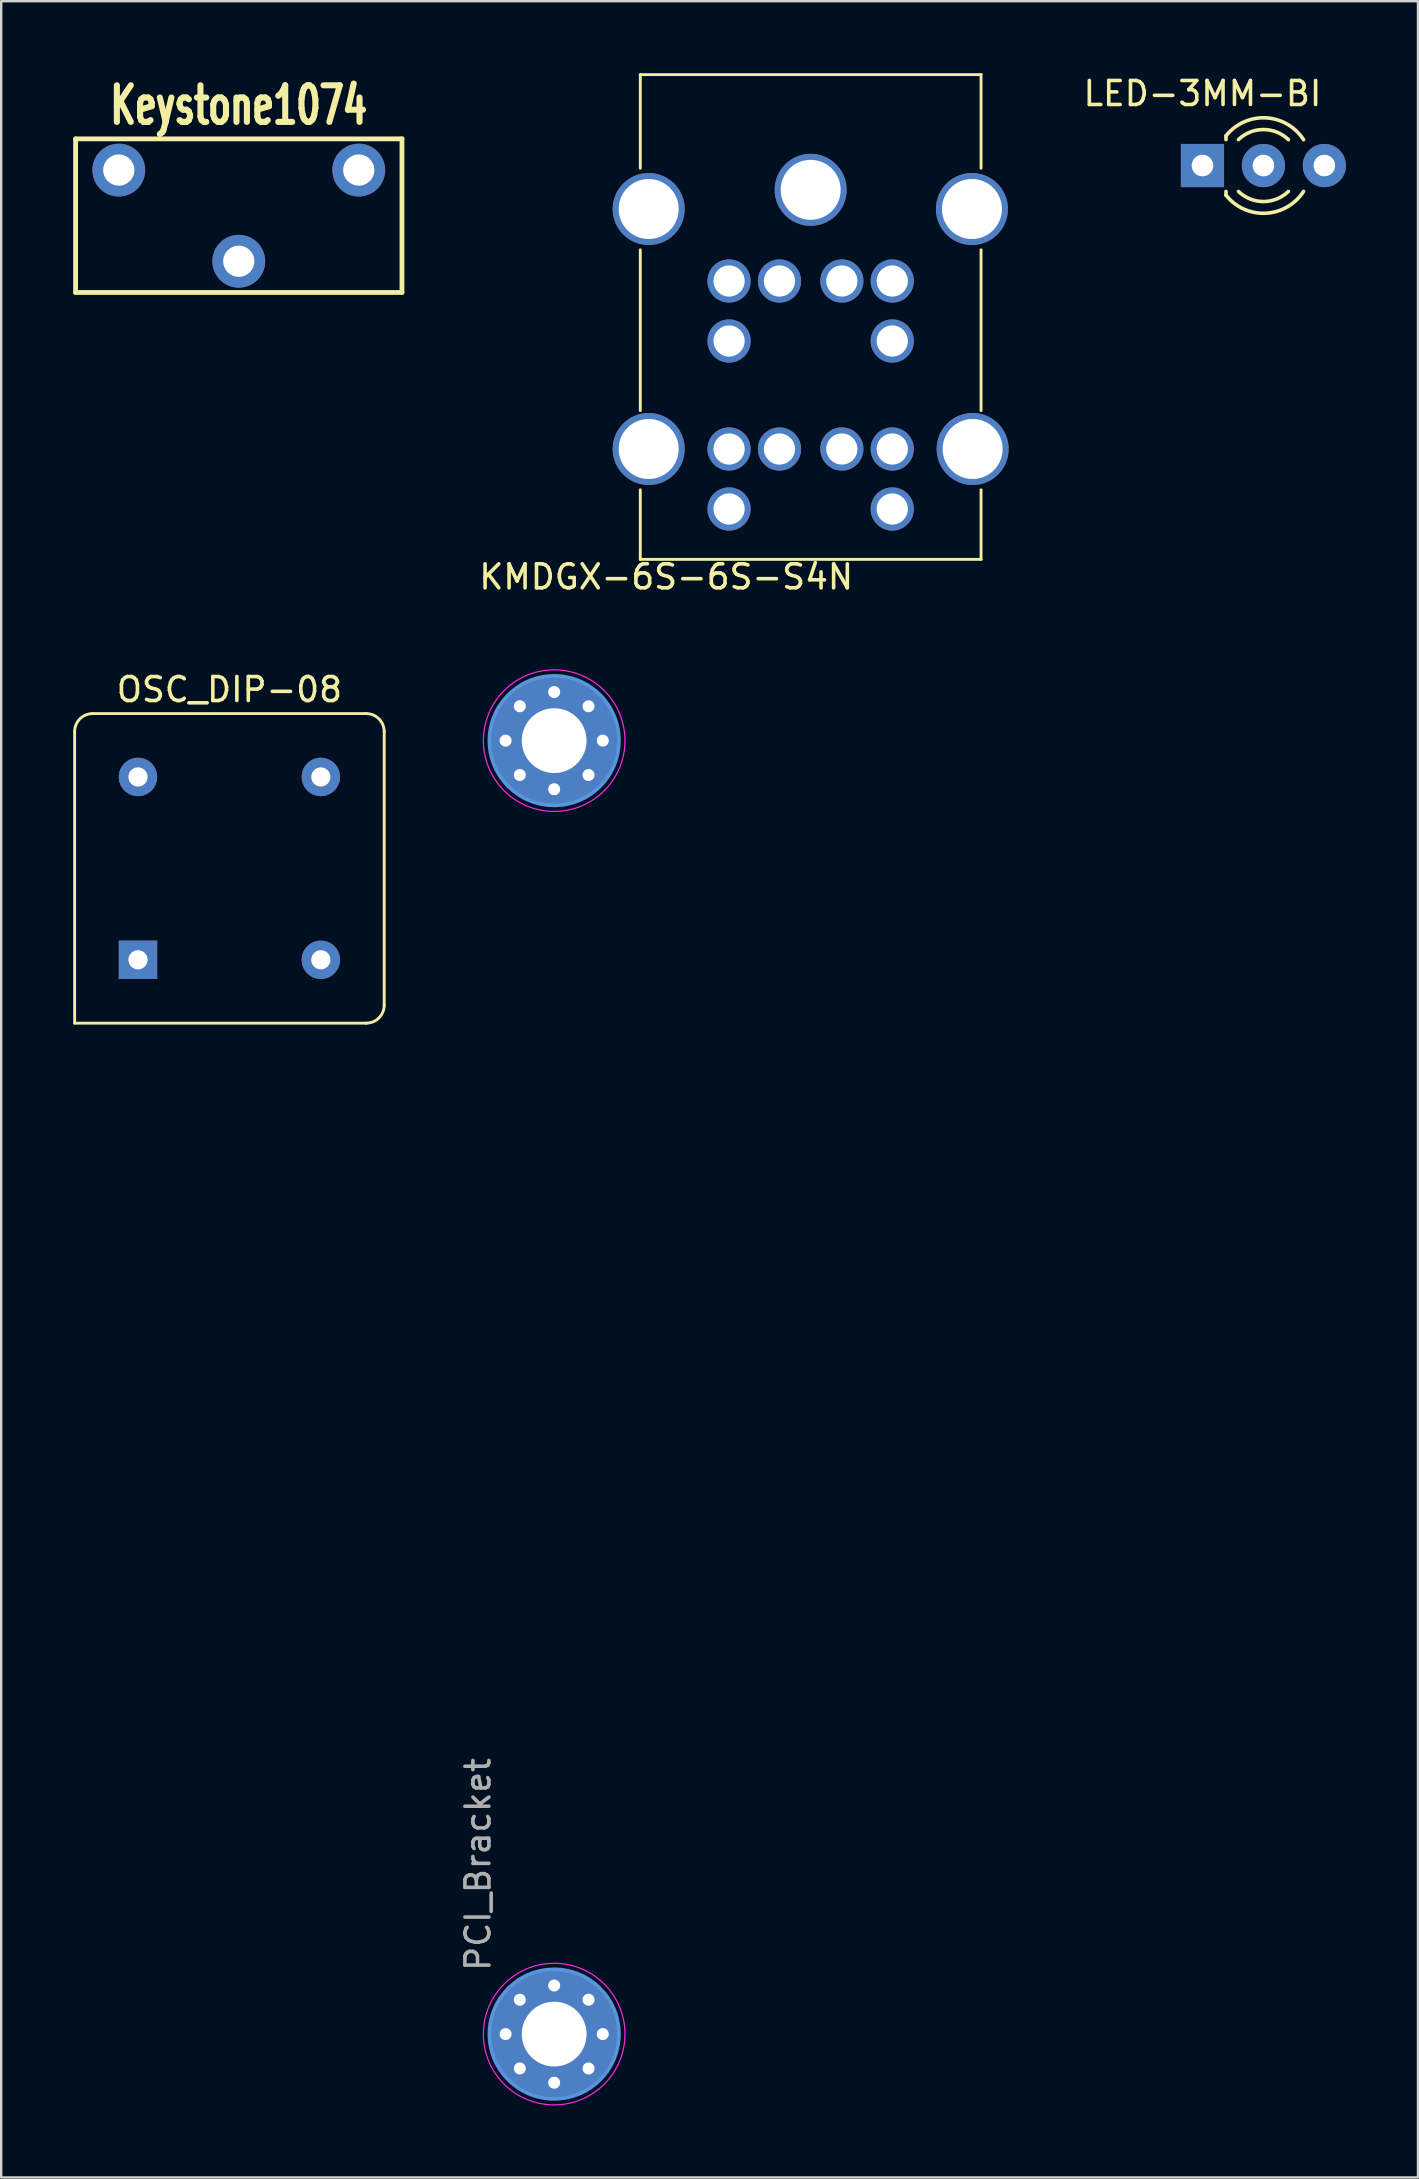
<source format=kicad_pcb>
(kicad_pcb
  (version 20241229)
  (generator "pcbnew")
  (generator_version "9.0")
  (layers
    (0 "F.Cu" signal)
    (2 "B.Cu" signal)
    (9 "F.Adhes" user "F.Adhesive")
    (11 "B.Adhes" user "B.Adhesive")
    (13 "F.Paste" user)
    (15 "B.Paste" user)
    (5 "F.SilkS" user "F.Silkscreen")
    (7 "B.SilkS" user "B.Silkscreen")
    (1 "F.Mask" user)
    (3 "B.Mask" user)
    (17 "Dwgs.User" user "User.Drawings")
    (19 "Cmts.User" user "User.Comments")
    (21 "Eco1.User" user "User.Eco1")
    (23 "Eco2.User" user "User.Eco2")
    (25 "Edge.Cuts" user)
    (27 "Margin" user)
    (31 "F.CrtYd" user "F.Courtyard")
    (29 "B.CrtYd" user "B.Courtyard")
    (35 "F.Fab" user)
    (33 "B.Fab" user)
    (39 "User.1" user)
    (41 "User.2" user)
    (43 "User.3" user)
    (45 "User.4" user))
  (footprint "KMDGX-6S-6S-S4N"
    (layer "F.Cu")
    (at 30.731 11.16)
    (property "Reference" "KMDGX-6S-6S-S4N" (at -6.02 9.83 180) (layer "F.SilkS") (effects (font (size 1 1) (thickness 0.15))))
    (attr through_hole)
    (fp_line (start -7.1 -11.1) (end -7.1 -7.2) (stroke (width 0.12) (type solid)) (layer "F.SilkS"))
    (fp_line (start -7.1 -11.1) (end 7.1 -11.1) (stroke (width 0.12) (type solid)) (layer "F.SilkS"))
    (fp_line (start -7.1 -3.8) (end -7.1 2.9) (stroke (width 0.12) (type solid)) (layer "F.SilkS"))
    (fp_line (start -7.1 6.2) (end -7.1 9.1) (stroke (width 0.12) (type solid)) (layer "F.SilkS"))
    (fp_line (start -7.1 9.1) (end 7.1 9.1) (stroke (width 0.12) (type solid)) (layer "F.SilkS"))
    (fp_line (start 7.1 -11.1) (end 7.1 -7.2) (stroke (width 0.12) (type solid)) (layer "F.SilkS"))
    (fp_line (start 7.1 -3.8) (end 7.1 2.9) (stroke (width 0.12) (type solid)) (layer "F.SilkS"))
    (fp_line (start 7.1 6.2) (end 7.1 9.1) (stroke (width 0.12) (type solid)) (layer "F.SilkS"))
    (pad "A1" thru_hole circle (at 1.3 -2.5) (size 1.8 1.8) (drill 1.3) (layers "*.Cu" "*.Mask"))
    (pad "A2" thru_hole circle (at -1.3 -2.5) (size 1.8 1.8) (drill 1.3) (layers "*.Cu" "*.Mask"))
    (pad "A3" thru_hole circle (at 3.4 -2.5) (size 1.8 1.8) (drill 1.3) (layers "*.Cu" "*.Mask"))
    (pad "A5" thru_hole circle (at -3.4 -2.5) (size 1.8 1.8) (drill 1.3) (layers "*.Cu" "*.Mask"))
    (pad "A6" thru_hole circle (at 3.4 0) (size 1.8 1.8) (drill 1.3) (layers "*.Cu" "*.Mask"))
    (pad "A8" thru_hole circle (at -3.4 0) (size 1.8 1.8) (drill 1.3) (layers "*.Cu" "*.Mask"))
    (pad "B1" thru_hole circle (at 1.3 4.5) (size 1.8 1.8) (drill 1.3) (layers "*.Cu" "*.Mask"))
    (pad "B2" thru_hole circle (at -1.3 4.5) (size 1.8 1.8) (drill 1.3) (layers "*.Cu" "*.Mask"))
    (pad "B3" thru_hole circle (at 3.4 4.5) (size 1.8 1.8) (drill 1.3) (layers "*.Cu" "*.Mask"))
    (pad "B5" thru_hole circle (at -3.4 4.5) (size 1.8 1.8) (drill 1.3) (layers "*.Cu" "*.Mask"))
    (pad "B6" thru_hole circle (at 3.4 7) (size 1.8 1.8) (drill 1.3) (layers "*.Cu" "*.Mask"))
    (pad "B8" thru_hole circle (at -3.4 7) (size 1.8 1.8) (drill 1.3) (layers "*.Cu" "*.Mask"))
    (pad "SH1" thru_hole circle (at -6.75 -5.5) (size 3 3) (drill 2.5) (layers "*.Cu" "*.Mask"))
    (pad "SH1" thru_hole circle (at -6.75 4.5) (size 3 3) (drill 2.5) (layers "*.Cu" "*.Mask"))
    (pad "SH1" thru_hole circle (at 0 -6.3) (size 3 3) (drill 2.5) (layers "*.Cu" "*.Mask"))
    (pad "SH1" thru_hole circle (at 6.72 -5.5) (size 3 3) (drill 2.5) (layers "*.Cu" "*.Mask"))
    (pad "SH1" thru_hole circle (at 6.75 4.5) (size 3 3) (drill 2.5) (layers "*.Cu" "*.Mask")))
  (footprint "PCI_Bracket"
    (layer "F.Cu")
    (at 20.043 81.713)
    (property "Reference" "PCI_Bracket" (at -3.175 -2.54 90) (layer "F.Fab") (effects (font (size 1 1) (thickness 0.15)) (justify left)))
    (attr exclude_from_pos_files exclude_from_bom)
    (fp_circle (center 0 -53.9) (end 2.7 -53.9) (stroke (width 0.15) (type solid)) (fill no) (layer "Cmts.User"))
    (fp_circle (center 0 0) (end 2.7 0) (stroke (width 0.15) (type solid)) (fill no) (layer "Cmts.User"))
    (fp_circle (center 0 -53.9) (end 2.95 -53.9) (stroke (width 0.05) (type solid)) (fill no) (layer "F.CrtYd"))
    (fp_circle (center 0 0) (end 2.95 0) (stroke (width 0.05) (type solid)) (fill no) (layer "F.CrtYd"))
    (pad "1" thru_hole circle (at -2.025 0) (size 0.8 0.8) (drill 0.5) (layers "*.Cu" "*.Mask"))
    (pad "1" thru_hole circle (at -1.432 -1.432) (size 0.8 0.8) (drill 0.5) (layers "*.Cu" "*.Mask"))
    (pad "1" thru_hole circle (at -1.432 1.432) (size 0.8 0.8) (drill 0.5) (layers "*.Cu" "*.Mask"))
    (pad "1" thru_hole circle (at 0 -2.025) (size 0.8 0.8) (drill 0.5) (layers "*.Cu" "*.Mask"))
    (pad "1" thru_hole circle (at 0 0) (size 5.4 5.4) (drill 2.7) (layers "*.Cu" "*.Mask"))
    (pad "1" thru_hole circle (at 0 2.025) (size 0.8 0.8) (drill 0.5) (layers "*.Cu" "*.Mask"))
    (pad "1" thru_hole circle (at 1.432 -1.432) (size 0.8 0.8) (drill 0.5) (layers "*.Cu" "*.Mask"))
    (pad "1" thru_hole circle (at 1.432 1.432) (size 0.8 0.8) (drill 0.5) (layers "*.Cu" "*.Mask"))
    (pad "1" thru_hole circle (at 2.025 0) (size 0.8 0.8) (drill 0.5) (layers "*.Cu" "*.Mask"))
    (pad "2" thru_hole circle (at -2.025 -53.9) (size 0.8 0.8) (drill 0.5) (layers "*.Cu" "*.Mask"))
    (pad "2" thru_hole circle (at -1.432 -55.332) (size 0.8 0.8) (drill 0.5) (layers "*.Cu" "*.Mask"))
    (pad "2" thru_hole circle (at -1.432 -52.468) (size 0.8 0.8) (drill 0.5) (layers "*.Cu" "*.Mask"))
    (pad "2" thru_hole circle (at 0 -55.925) (size 0.8 0.8) (drill 0.5) (layers "*.Cu" "*.Mask"))
    (pad "2" thru_hole circle (at 0 -53.9) (size 5.4 5.4) (drill 2.7) (layers "*.Cu" "*.Mask"))
    (pad "2" thru_hole circle (at 0 -51.875) (size 0.8 0.8) (drill 0.5) (layers "*.Cu" "*.Mask"))
    (pad "2" thru_hole circle (at 1.432 -55.332) (size 0.8 0.8) (drill 0.5) (layers "*.Cu" "*.Mask"))
    (pad "2" thru_hole circle (at 1.432 -52.468) (size 0.8 0.8) (drill 0.5) (layers "*.Cu" "*.Mask"))
    (pad "2" thru_hole circle (at 2.025 -53.9) (size 0.8 0.8) (drill 0.5) (layers "*.Cu" "*.Mask")))
  (footprint "LED-3MM-BI"
    (layer "F.Cu")
    (at 47.058 3.848)
    (property "Reference" "LED-3MM-BI" (at 0 -3 0) (layer "F.SilkS") (effects (font (size 1 1) (thickness 0.15))))
    (attr through_hole)
    (fp_line (start 0.98 -1.236) (end 0.98 -1.08) (stroke (width 0.15) (type solid)) (layer "F.SilkS"))
    (fp_line (start 0.98 1.08) (end 0.98 1.236) (stroke (width 0.15) (type solid)) (layer "F.SilkS"))
    (fp_arc (start 0.98 -1.235516) (mid 2.636487 -1.987659) (end 4.212335 -1.078608) (stroke (width 0.15) (type solid)) (layer "F.SilkS"))
    (fp_arc (start 1.499039 -1.08) (mid 2.540117 -1.5) (end 3.58113 -1.079837) (stroke (width 0.15) (type solid)) (layer "F.SilkS"))
    (fp_arc (start 3.58113 1.079837) (mid 2.540117 1.5) (end 1.499039 1.08) (stroke (width 0.15) (type solid)) (layer "F.SilkS"))
    (fp_arc (start 4.212335 1.078608) (mid 2.636487 1.987659) (end 0.98 1.235516) (stroke (width 0.15) (type solid)) (layer "F.SilkS"))
    (pad "1" thru_hole rect (at 0 0) (size 1.8 1.8) (drill 0.9) (layers "*.Cu" "*.Mask"))
    (pad "2" thru_hole circle (at 2.54 0) (size 1.8 1.8) (drill 0.9) (layers "*.Cu" "*.Mask"))
    (pad "3" thru_hole circle (at 5.08 0) (size 1.8 1.8) (drill 0.9) (layers "*.Cu" "*.Mask")))
  (footprint "Keystone1074"
    (layer "F.Cu")
    (at 6.9 5.937)
    (property "Reference" "Keystone1074" (at 0 -4.6 0) (layer "F.SilkS") (effects (font (size 1.524 1.016) (thickness 0.254))))
    (attr through_hole)
    (fp_line (start -6.8 -3.2) (end 6.8 -3.2) (stroke (width 0.2) (type solid)) (layer "F.SilkS"))
    (fp_line (start -6.8 3.2) (end -6.8 -3.2) (stroke (width 0.2) (type solid)) (layer "F.SilkS"))
    (fp_line (start 6.8 -3.2) (end 6.8 3.2) (stroke (width 0.2) (type solid)) (layer "F.SilkS"))
    (fp_line (start 6.8 3.2) (end -6.8 3.2) (stroke (width 0.2) (type solid)) (layer "F.SilkS"))
    (pad "1" thru_hole circle (at -5 -1.9) (size 2.2 2.2) (drill 1.3) (layers "*.Cu" "*.Mask"))
    (pad "1" thru_hole circle (at 5 -1.9) (size 2.2 2.2) (drill 1.3) (layers "*.Cu" "*.Mask"))
    (pad "2" thru_hole circle (at 0 1.9) (size 2.2 2.2) (drill 1.3) (layers "*.Cu" "*.Mask")))
  (footprint "OSC_DIP-08"
    (layer "F.Cu")
    (at 2.7 36.946)
    (property "Reference" "OSC_DIP-08" (at 3.81 -11.26 0) (layer "F.SilkS") (effects (font (size 1 1) (thickness 0.15))))
    (attr through_hole)
    (fp_line (start -2.64 -9.51) (end -2.64 2.64) (stroke (width 0.12) (type solid)) (layer "F.SilkS"))
    (fp_line (start -2.64 2.64) (end 9.51 2.64) (stroke (width 0.12) (type solid)) (layer "F.SilkS"))
    (fp_line (start 9.51 -10.26) (end -1.89 -10.26) (stroke (width 0.12) (type solid)) (layer "F.SilkS"))
    (fp_line (start 10.26 1.89) (end 10.26 -9.51) (stroke (width 0.12) (type solid)) (layer "F.SilkS"))
    (fp_arc (start -2.64 -9.51) (mid -2.42033 -10.04033) (end -1.89 -10.26) (stroke (width 0.12) (type solid)) (layer "F.SilkS"))
    (fp_arc (start 9.51 -10.26) (mid 10.04033 -10.04033) (end 10.26 -9.51) (stroke (width 0.12) (type solid)) (layer "F.SilkS"))
    (fp_arc (start 10.26 1.89) (mid 10.04033 2.42033) (end 9.51 2.64) (stroke (width 0.12) (type solid)) (layer "F.SilkS"))
    (pad "1" thru_hole rect (at 0 0) (size 1.6 1.6) (drill 0.8) (layers "*.Cu" "*.Mask"))
    (pad "4" thru_hole circle (at 7.62 0) (size 1.6 1.6) (drill 0.8) (layers "*.Cu" "*.Mask"))
    (pad "5" thru_hole circle (at 7.62 -7.62) (size 1.6 1.6) (drill 0.8) (layers "*.Cu" "*.Mask"))
    (pad "8" thru_hole circle (at 0 -7.62) (size 1.6 1.6) (drill 0.8) (layers "*.Cu" "*.Mask")))
  (gr_rect
    (start -3 -3)
    (end 56.038 87.688)
    (stroke (width 0.1) (type default))
    (fill no)
    (layer "Edge.Cuts")))
</source>
